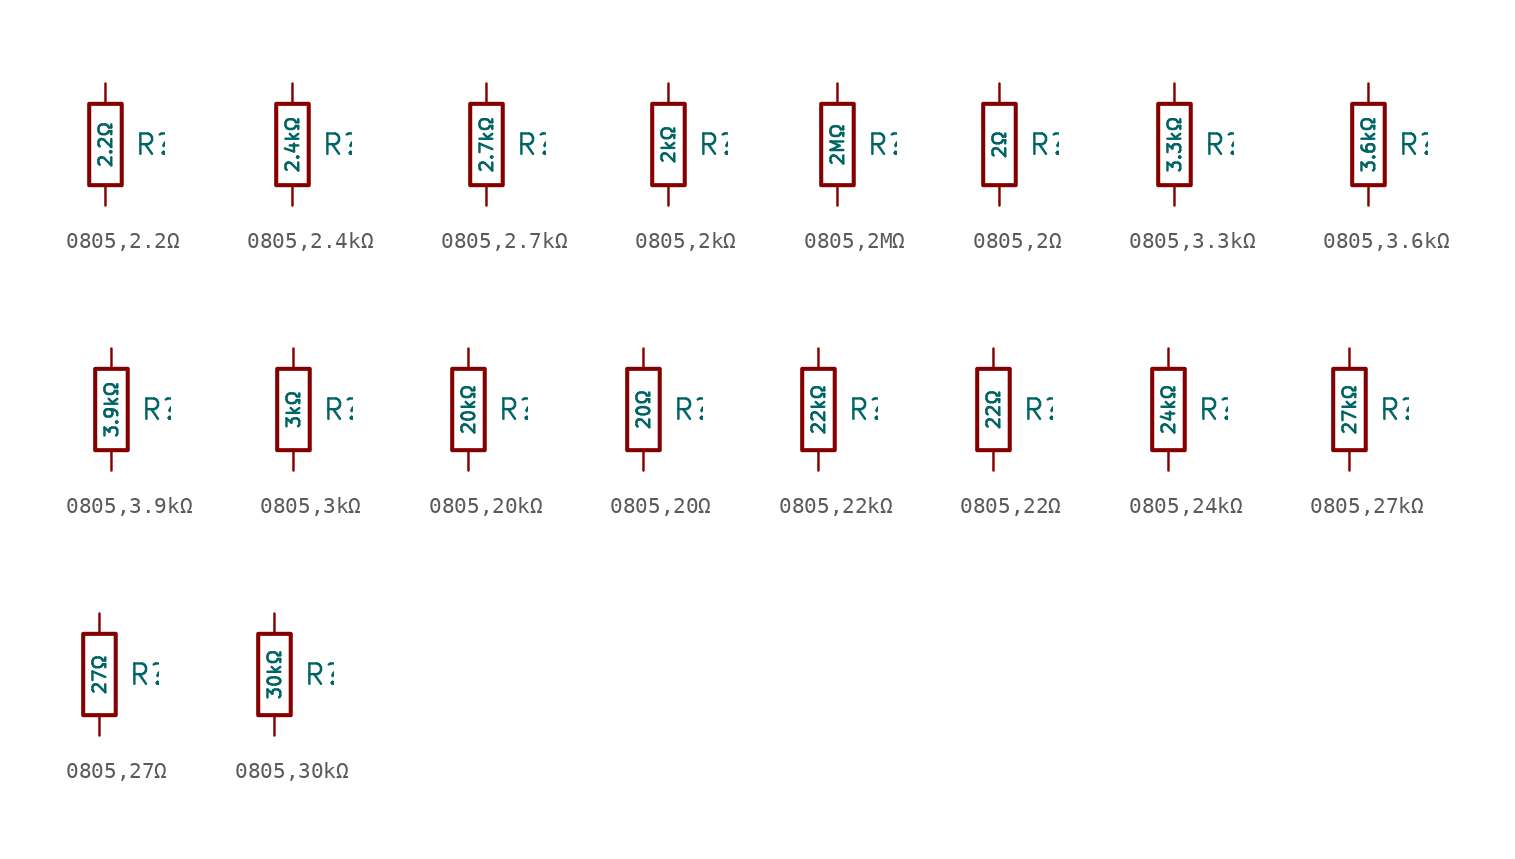
<source format=kicad_sym>
(kicad_symbol_lib
  (version 20231120)
  (generator "CDFER")
  (generator_version "8.0")
  (symbol "0805,2.2Ω"
    (pin_numbers hide)
    (pin_names
      (offset 0))
    (property "Reference" "R"
      (at 1.778 0 0)
      (effects (font (size 1.27 1.27)) (justify left)))
    (property "Value" "2.2Ω"
      (at 0 0 90)
      (do_not_autoplace)
      (effects (font (size 0.8 0.8))))
    (symbol "0805,2.2Ω_0_1"
      (rectangle (start -1.016 2.54) (end 1.016 -2.54) (stroke (width 0.254) (type default)) (fill (type none))))
    (symbol "0805,2.2Ω_1_1"
      (pin passive line (at 0 3.81 270) (length 1.27) (name "~" (effects (font (size 1.27 1.27)))) (number "1" (effects (font (size 1.27 1.27)))))
      (pin passive line (at 0 -3.81 90) (length 1.27) (name "~" (effects (font (size 1.27 1.27)))) (number "2" (effects (font (size 1.27 1.27)))))))
  (symbol "0805,2.4kΩ"
    (pin_numbers hide)
    (pin_names
      (offset 0))
    (property "Reference" "R"
      (at 1.778 0 0)
      (effects (font (size 1.27 1.27)) (justify left)))
    (property "Value" "2.4kΩ"
      (at 0 0 90)
      (do_not_autoplace)
      (effects (font (size 0.8 0.8))))
    (symbol "0805,2.4kΩ_0_1"
      (rectangle (start -1.016 2.54) (end 1.016 -2.54) (stroke (width 0.254) (type default)) (fill (type none))))
    (symbol "0805,2.4kΩ_1_1"
      (pin passive line (at 0 3.81 270) (length 1.27) (name "~" (effects (font (size 1.27 1.27)))) (number "1" (effects (font (size 1.27 1.27)))))
      (pin passive line (at 0 -3.81 90) (length 1.27) (name "~" (effects (font (size 1.27 1.27)))) (number "2" (effects (font (size 1.27 1.27)))))))
  (symbol "0805,2.7kΩ"
    (pin_numbers hide)
    (pin_names
      (offset 0))
    (property "Reference" "R"
      (at 1.778 0 0)
      (effects (font (size 1.27 1.27)) (justify left)))
    (property "Value" "2.7kΩ"
      (at 0 0 90)
      (do_not_autoplace)
      (effects (font (size 0.8 0.8))))
    (symbol "0805,2.7kΩ_0_1"
      (rectangle (start -1.016 2.54) (end 1.016 -2.54) (stroke (width 0.254) (type default)) (fill (type none))))
    (symbol "0805,2.7kΩ_1_1"
      (pin passive line (at 0 3.81 270) (length 1.27) (name "~" (effects (font (size 1.27 1.27)))) (number "1" (effects (font (size 1.27 1.27)))))
      (pin passive line (at 0 -3.81 90) (length 1.27) (name "~" (effects (font (size 1.27 1.27)))) (number "2" (effects (font (size 1.27 1.27)))))))
  (symbol "0805,2kΩ"
    (pin_numbers hide)
    (pin_names
      (offset 0))
    (property "Reference" "R"
      (at 1.778 0 0)
      (effects (font (size 1.27 1.27)) (justify left)))
    (property "Value" "2kΩ"
      (at 0 0 90)
      (do_not_autoplace)
      (effects (font (size 0.8 0.8))))
    (symbol "0805,2kΩ_0_1"
      (rectangle (start -1.016 2.54) (end 1.016 -2.54) (stroke (width 0.254) (type default)) (fill (type none))))
    (symbol "0805,2kΩ_1_1"
      (pin passive line (at 0 3.81 270) (length 1.27) (name "~" (effects (font (size 1.27 1.27)))) (number "1" (effects (font (size 1.27 1.27)))))
      (pin passive line (at 0 -3.81 90) (length 1.27) (name "~" (effects (font (size 1.27 1.27)))) (number "2" (effects (font (size 1.27 1.27)))))))
  (symbol "0805,2MΩ"
    (pin_numbers hide)
    (pin_names
      (offset 0))
    (property "Reference" "R"
      (at 1.778 0 0)
      (effects (font (size 1.27 1.27)) (justify left)))
    (property "Value" "2MΩ"
      (at 0 0 90)
      (do_not_autoplace)
      (effects (font (size 0.8 0.8))))
    (symbol "0805,2MΩ_0_1"
      (rectangle (start -1.016 2.54) (end 1.016 -2.54) (stroke (width 0.254) (type default)) (fill (type none))))
    (symbol "0805,2MΩ_1_1"
      (pin passive line (at 0 3.81 270) (length 1.27) (name "~" (effects (font (size 1.27 1.27)))) (number "1" (effects (font (size 1.27 1.27)))))
      (pin passive line (at 0 -3.81 90) (length 1.27) (name "~" (effects (font (size 1.27 1.27)))) (number "2" (effects (font (size 1.27 1.27)))))))
  (symbol "0805,2Ω"
    (pin_numbers hide)
    (pin_names
      (offset 0))
    (property "Reference" "R"
      (at 1.778 0 0)
      (effects (font (size 1.27 1.27)) (justify left)))
    (property "Value" "2Ω"
      (at 0 0 90)
      (do_not_autoplace)
      (effects (font (size 0.8 0.8))))
    (symbol "0805,2Ω_0_1"
      (rectangle (start -1.016 2.54) (end 1.016 -2.54) (stroke (width 0.254) (type default)) (fill (type none))))
    (symbol "0805,2Ω_1_1"
      (pin passive line (at 0 3.81 270) (length 1.27) (name "~" (effects (font (size 1.27 1.27)))) (number "1" (effects (font (size 1.27 1.27)))))
      (pin passive line (at 0 -3.81 90) (length 1.27) (name "~" (effects (font (size 1.27 1.27)))) (number "2" (effects (font (size 1.27 1.27)))))))
  (symbol "0805,3.3kΩ"
    (pin_numbers hide)
    (pin_names
      (offset 0))
    (property "Reference" "R"
      (at 1.778 0 0)
      (effects (font (size 1.27 1.27)) (justify left)))
    (property "Value" "3.3kΩ"
      (at 0 0 90)
      (do_not_autoplace)
      (effects (font (size 0.8 0.8))))
    (symbol "0805,3.3kΩ_0_1"
      (rectangle (start -1.016 2.54) (end 1.016 -2.54) (stroke (width 0.254) (type default)) (fill (type none))))
    (symbol "0805,3.3kΩ_1_1"
      (pin passive line (at 0 3.81 270) (length 1.27) (name "~" (effects (font (size 1.27 1.27)))) (number "1" (effects (font (size 1.27 1.27)))))
      (pin passive line (at 0 -3.81 90) (length 1.27) (name "~" (effects (font (size 1.27 1.27)))) (number "2" (effects (font (size 1.27 1.27)))))))
  (symbol "0805,3.6kΩ"
    (pin_numbers hide)
    (pin_names
      (offset 0))
    (property "Reference" "R"
      (at 1.778 0 0)
      (effects (font (size 1.27 1.27)) (justify left)))
    (property "Value" "3.6kΩ"
      (at 0 0 90)
      (do_not_autoplace)
      (effects (font (size 0.8 0.8))))
    (symbol "0805,3.6kΩ_0_1"
      (rectangle (start -1.016 2.54) (end 1.016 -2.54) (stroke (width 0.254) (type default)) (fill (type none))))
    (symbol "0805,3.6kΩ_1_1"
      (pin passive line (at 0 3.81 270) (length 1.27) (name "~" (effects (font (size 1.27 1.27)))) (number "1" (effects (font (size 1.27 1.27)))))
      (pin passive line (at 0 -3.81 90) (length 1.27) (name "~" (effects (font (size 1.27 1.27)))) (number "2" (effects (font (size 1.27 1.27)))))))
  (symbol "0805,3.9kΩ"
    (pin_numbers hide)
    (pin_names
      (offset 0))
    (property "Reference" "R"
      (at 1.778 0 0)
      (effects (font (size 1.27 1.27)) (justify left)))
    (property "Value" "3.9kΩ"
      (at 0 0 90)
      (do_not_autoplace)
      (effects (font (size 0.8 0.8))))
    (symbol "0805,3.9kΩ_0_1"
      (rectangle (start -1.016 2.54) (end 1.016 -2.54) (stroke (width 0.254) (type default)) (fill (type none))))
    (symbol "0805,3.9kΩ_1_1"
      (pin passive line (at 0 3.81 270) (length 1.27) (name "~" (effects (font (size 1.27 1.27)))) (number "1" (effects (font (size 1.27 1.27)))))
      (pin passive line (at 0 -3.81 90) (length 1.27) (name "~" (effects (font (size 1.27 1.27)))) (number "2" (effects (font (size 1.27 1.27)))))))
  (symbol "0805,3kΩ"
    (pin_numbers hide)
    (pin_names
      (offset 0))
    (property "Reference" "R"
      (at 1.778 0 0)
      (effects (font (size 1.27 1.27)) (justify left)))
    (property "Value" "3kΩ"
      (at 0 0 90)
      (do_not_autoplace)
      (effects (font (size 0.8 0.8))))
    (symbol "0805,3kΩ_0_1"
      (rectangle (start -1.016 2.54) (end 1.016 -2.54) (stroke (width 0.254) (type default)) (fill (type none))))
    (symbol "0805,3kΩ_1_1"
      (pin passive line (at 0 3.81 270) (length 1.27) (name "~" (effects (font (size 1.27 1.27)))) (number "1" (effects (font (size 1.27 1.27)))))
      (pin passive line (at 0 -3.81 90) (length 1.27) (name "~" (effects (font (size 1.27 1.27)))) (number "2" (effects (font (size 1.27 1.27)))))))
  (symbol "0805,20kΩ"
    (pin_numbers hide)
    (pin_names
      (offset 0))
    (property "Reference" "R"
      (at 1.778 0 0)
      (effects (font (size 1.27 1.27)) (justify left)))
    (property "Value" "20kΩ"
      (at 0 0 90)
      (do_not_autoplace)
      (effects (font (size 0.8 0.8))))
    (symbol "0805,20kΩ_0_1"
      (rectangle (start -1.016 2.54) (end 1.016 -2.54) (stroke (width 0.254) (type default)) (fill (type none))))
    (symbol "0805,20kΩ_1_1"
      (pin passive line (at 0 3.81 270) (length 1.27) (name "~" (effects (font (size 1.27 1.27)))) (number "1" (effects (font (size 1.27 1.27)))))
      (pin passive line (at 0 -3.81 90) (length 1.27) (name "~" (effects (font (size 1.27 1.27)))) (number "2" (effects (font (size 1.27 1.27)))))))
  (symbol "0805,20Ω"
    (pin_numbers hide)
    (pin_names
      (offset 0))
    (property "Reference" "R"
      (at 1.778 0 0)
      (effects (font (size 1.27 1.27)) (justify left)))
    (property "Value" "20Ω"
      (at 0 0 90)
      (do_not_autoplace)
      (effects (font (size 0.8 0.8))))
    (symbol "0805,20Ω_0_1"
      (rectangle (start -1.016 2.54) (end 1.016 -2.54) (stroke (width 0.254) (type default)) (fill (type none))))
    (symbol "0805,20Ω_1_1"
      (pin passive line (at 0 3.81 270) (length 1.27) (name "~" (effects (font (size 1.27 1.27)))) (number "1" (effects (font (size 1.27 1.27)))))
      (pin passive line (at 0 -3.81 90) (length 1.27) (name "~" (effects (font (size 1.27 1.27)))) (number "2" (effects (font (size 1.27 1.27)))))))
  (symbol "0805,22kΩ"
    (pin_numbers hide)
    (pin_names
      (offset 0))
    (property "Reference" "R"
      (at 1.778 0 0)
      (effects (font (size 1.27 1.27)) (justify left)))
    (property "Value" "22kΩ"
      (at 0 0 90)
      (do_not_autoplace)
      (effects (font (size 0.8 0.8))))
    (symbol "0805,22kΩ_0_1"
      (rectangle (start -1.016 2.54) (end 1.016 -2.54) (stroke (width 0.254) (type default)) (fill (type none))))
    (symbol "0805,22kΩ_1_1"
      (pin passive line (at 0 3.81 270) (length 1.27) (name "~" (effects (font (size 1.27 1.27)))) (number "1" (effects (font (size 1.27 1.27)))))
      (pin passive line (at 0 -3.81 90) (length 1.27) (name "~" (effects (font (size 1.27 1.27)))) (number "2" (effects (font (size 1.27 1.27)))))))
  (symbol "0805,22Ω"
    (pin_numbers hide)
    (pin_names
      (offset 0))
    (property "Reference" "R"
      (at 1.778 0 0)
      (effects (font (size 1.27 1.27)) (justify left)))
    (property "Value" "22Ω"
      (at 0 0 90)
      (do_not_autoplace)
      (effects (font (size 0.8 0.8))))
    (symbol "0805,22Ω_0_1"
      (rectangle (start -1.016 2.54) (end 1.016 -2.54) (stroke (width 0.254) (type default)) (fill (type none))))
    (symbol "0805,22Ω_1_1"
      (pin passive line (at 0 3.81 270) (length 1.27) (name "~" (effects (font (size 1.27 1.27)))) (number "1" (effects (font (size 1.27 1.27)))))
      (pin passive line (at 0 -3.81 90) (length 1.27) (name "~" (effects (font (size 1.27 1.27)))) (number "2" (effects (font (size 1.27 1.27)))))))
  (symbol "0805,24kΩ"
    (pin_numbers hide)
    (pin_names
      (offset 0))
    (property "Reference" "R"
      (at 1.778 0 0)
      (effects (font (size 1.27 1.27)) (justify left)))
    (property "Value" "24kΩ"
      (at 0 0 90)
      (do_not_autoplace)
      (effects (font (size 0.8 0.8))))
    (symbol "0805,24kΩ_0_1"
      (rectangle (start -1.016 2.54) (end 1.016 -2.54) (stroke (width 0.254) (type default)) (fill (type none))))
    (symbol "0805,24kΩ_1_1"
      (pin passive line (at 0 3.81 270) (length 1.27) (name "~" (effects (font (size 1.27 1.27)))) (number "1" (effects (font (size 1.27 1.27)))))
      (pin passive line (at 0 -3.81 90) (length 1.27) (name "~" (effects (font (size 1.27 1.27)))) (number "2" (effects (font (size 1.27 1.27)))))))
  (symbol "0805,27kΩ"
    (pin_numbers hide)
    (pin_names
      (offset 0))
    (property "Reference" "R"
      (at 1.778 0 0)
      (effects (font (size 1.27 1.27)) (justify left)))
    (property "Value" "27kΩ"
      (at 0 0 90)
      (do_not_autoplace)
      (effects (font (size 0.8 0.8))))
    (symbol "0805,27kΩ_0_1"
      (rectangle (start -1.016 2.54) (end 1.016 -2.54) (stroke (width 0.254) (type default)) (fill (type none))))
    (symbol "0805,27kΩ_1_1"
      (pin passive line (at 0 3.81 270) (length 1.27) (name "~" (effects (font (size 1.27 1.27)))) (number "1" (effects (font (size 1.27 1.27)))))
      (pin passive line (at 0 -3.81 90) (length 1.27) (name "~" (effects (font (size 1.27 1.27)))) (number "2" (effects (font (size 1.27 1.27)))))))
  (symbol "0805,27Ω"
    (pin_numbers hide)
    (pin_names
      (offset 0))
    (property "Reference" "R"
      (at 1.778 0 0)
      (effects (font (size 1.27 1.27)) (justify left)))
    (property "Value" "27Ω"
      (at 0 0 90)
      (do_not_autoplace)
      (effects (font (size 0.8 0.8))))
    (symbol "0805,27Ω_0_1"
      (rectangle (start -1.016 2.54) (end 1.016 -2.54) (stroke (width 0.254) (type default)) (fill (type none))))
    (symbol "0805,27Ω_1_1"
      (pin passive line (at 0 3.81 270) (length 1.27) (name "~" (effects (font (size 1.27 1.27)))) (number "1" (effects (font (size 1.27 1.27)))))
      (pin passive line (at 0 -3.81 90) (length 1.27) (name "~" (effects (font (size 1.27 1.27)))) (number "2" (effects (font (size 1.27 1.27)))))))
  (symbol "0805,30kΩ"
    (pin_numbers hide)
    (pin_names
      (offset 0))
    (property "Reference" "R"
      (at 1.778 0 0)
      (effects (font (size 1.27 1.27)) (justify left)))
    (property "Value" "30kΩ"
      (at 0 0 90)
      (do_not_autoplace)
      (effects (font (size 0.8 0.8))))
    (symbol "0805,30kΩ_0_1"
      (rectangle (start -1.016 2.54) (end 1.016 -2.54) (stroke (width 0.254) (type default)) (fill (type none))))
    (symbol "0805,30kΩ_1_1"
      (pin passive line (at 0 3.81 270) (length 1.27) (name "~" (effects (font (size 1.27 1.27)))) (number "1" (effects (font (size 1.27 1.27)))))
      (pin passive line (at 0 -3.81 90) (length 1.27) (name "~" (effects (font (size 1.27 1.27)))) (number "2" (effects (font (size 1.27 1.27))))))))
</source>
